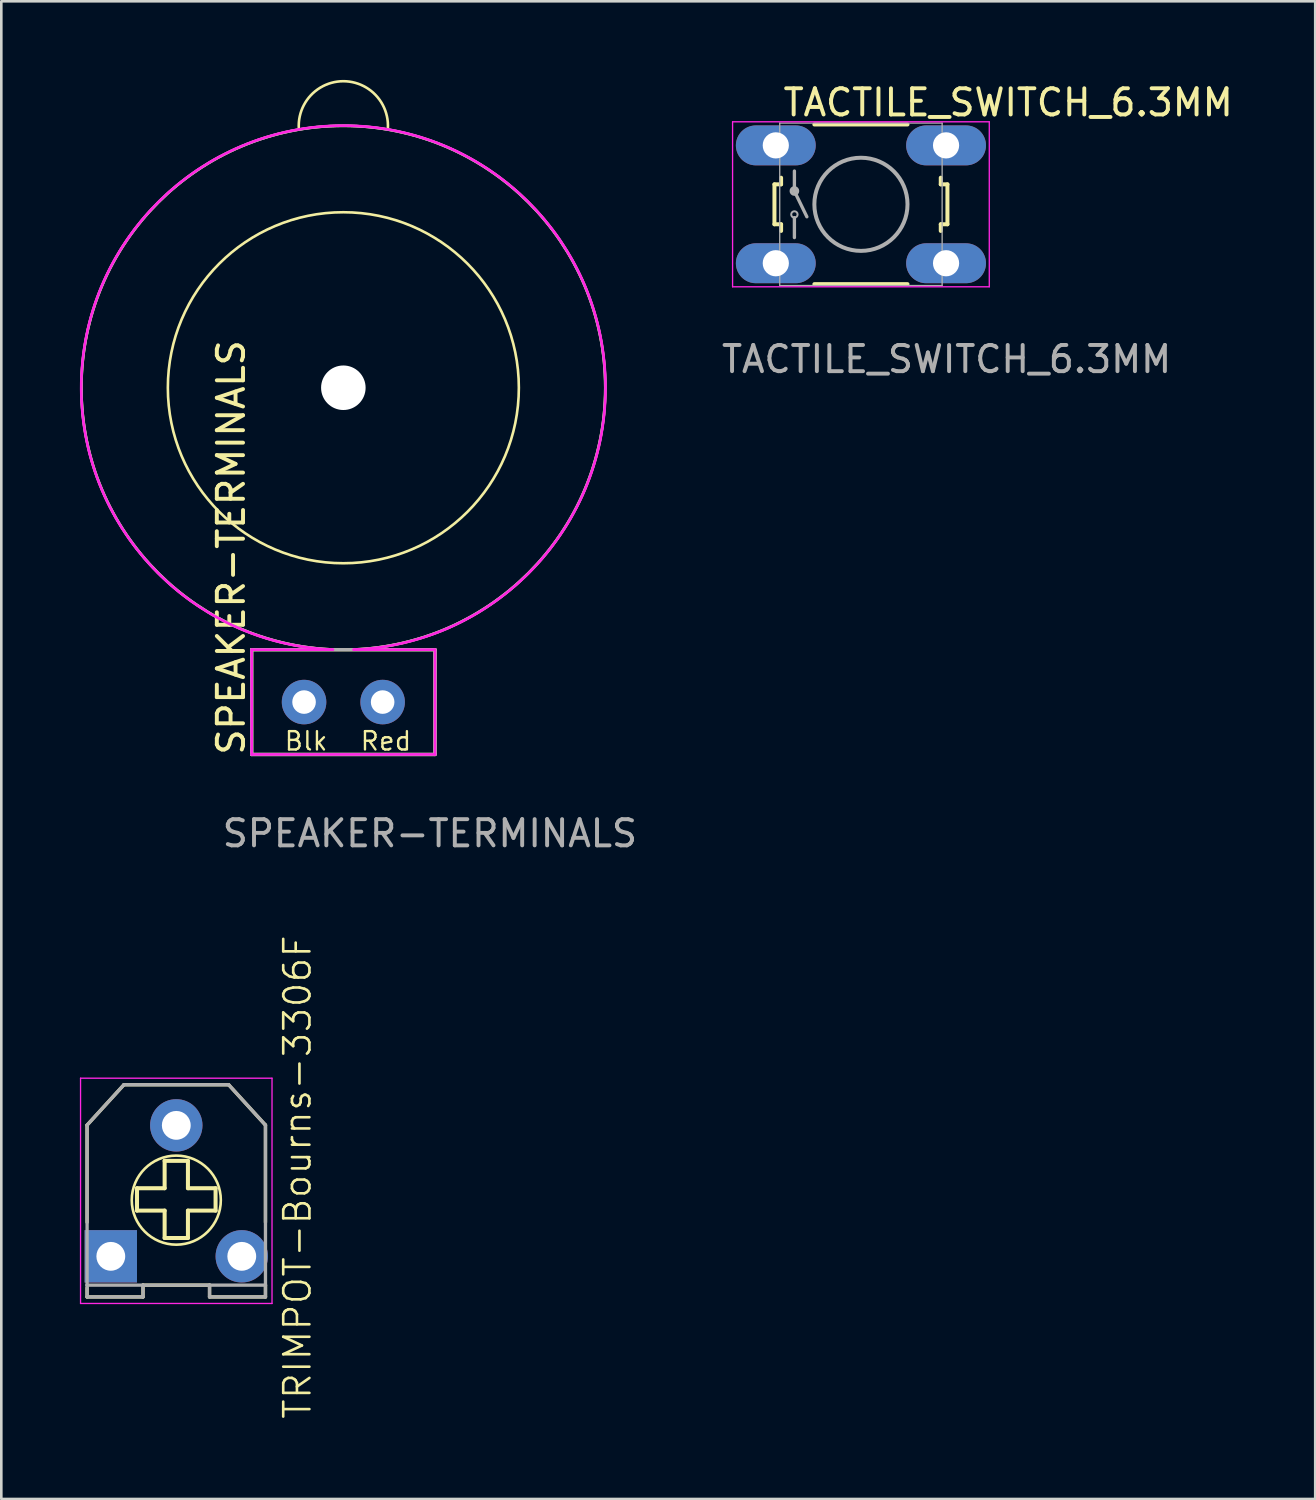
<source format=kicad_pcb>
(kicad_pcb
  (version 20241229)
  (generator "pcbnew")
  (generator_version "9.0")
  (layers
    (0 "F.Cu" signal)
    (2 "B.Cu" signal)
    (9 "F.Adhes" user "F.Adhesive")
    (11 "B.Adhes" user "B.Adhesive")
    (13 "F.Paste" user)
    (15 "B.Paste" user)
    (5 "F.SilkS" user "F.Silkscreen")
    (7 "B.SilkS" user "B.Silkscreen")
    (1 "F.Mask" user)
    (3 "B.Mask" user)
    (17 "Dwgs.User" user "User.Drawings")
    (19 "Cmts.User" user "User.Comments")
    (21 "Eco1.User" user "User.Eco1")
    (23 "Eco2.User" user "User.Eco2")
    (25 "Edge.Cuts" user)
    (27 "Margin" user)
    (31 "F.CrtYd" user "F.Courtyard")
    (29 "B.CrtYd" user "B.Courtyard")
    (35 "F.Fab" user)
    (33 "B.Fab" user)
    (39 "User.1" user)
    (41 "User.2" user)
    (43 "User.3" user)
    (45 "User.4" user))
  (footprint "SPEAKER-TERMINALS"
    (layer "F.Cu")
    (at 10.058 23.753)
    (property "Reference" "SPEAKER-TERMINALS" (at -3.7 2.1 90) (unlocked yes) (layer "F.SilkS") (effects (font (size 1 1) (thickness 0.15)) (justify left bottom)))
    (fp_line (start -3.5 -2) (end 3.5 -2) (stroke (width 0.127) (type solid)) (layer "F.SilkS"))
    (fp_line (start -3.5 2) (end -3.5 -2) (stroke (width 0.127) (type solid)) (layer "F.SilkS"))
    (fp_line (start 3.5 -2) (end 3.5 2) (stroke (width 0.127) (type solid)) (layer "F.SilkS"))
    (fp_line (start 3.5 2) (end -3.5 2) (stroke (width 0.127) (type solid)) (layer "F.SilkS"))
    (fp_arc (start -1.699999 -21.9) (mid -0.002774 -23.702935) (end 1.700316 -21.905538) (stroke (width 0.1) (type default)) (layer "F.SilkS"))
    (fp_circle (center 0 -12) (end -10 -12) (stroke (width 0.1) (type default)) (fill no) (layer "F.SilkS"))
    (fp_circle (center 0 -12) (end 6.7 -12) (stroke (width 0.1) (type default)) (fill no) (layer "F.SilkS"))
    (fp_line (start -3.5 -2) (end -0.4 -2) (stroke (width 0.1) (type default)) (layer "F.CrtYd"))
    (fp_line (start -3.5 2) (end -3.5 -2) (stroke (width 0.1) (type solid)) (layer "F.CrtYd"))
    (fp_line (start 3.5 -2) (end 0.396 -2) (stroke (width 0.1) (type default)) (layer "F.CrtYd"))
    (fp_line (start 3.5 -2) (end 3.5 2) (stroke (width 0.1) (type solid)) (layer "F.CrtYd"))
    (fp_line (start 3.5 2) (end -3.5 2) (stroke (width 0.1) (type solid)) (layer "F.CrtYd"))
    (fp_arc (start -0.4 -2.000001) (mid 0.001993 -22.007994) (end 0.396046 -1.999843) (stroke (width 0.1) (type default)) (layer "F.CrtYd"))
    (fp_line (start -3.5 -2) (end 3.5 -2) (stroke (width 0.127) (type solid)) (layer "F.Fab"))
    (fp_line (start -3.5 2) (end -3.5 -2) (stroke (width 0.127) (type solid)) (layer "F.Fab"))
    (fp_line (start 3.5 -2) (end 3.5 2) (stroke (width 0.127) (type solid)) (layer "F.Fab"))
    (fp_line (start 3.5 2) (end -3.5 2) (stroke (width 0.127) (type solid)) (layer "F.Fab"))
    (fp_circle (center 0 -12) (end 10 -12) (stroke (width 0.1) (type default)) (fill no) (layer "F.Fab"))
    (fp_text user "Red" (at 0.6 1.9 0) (unlocked yes) (layer "F.SilkS") (effects (font (size 0.7 0.7) (thickness 0.09)) (justify left bottom)))
    (fp_text user "Blk" (at -2.3 1.9 0) (unlocked yes) (layer "F.SilkS") (effects (font (size 0.7 0.7) (thickness 0.09)) (justify left bottom)))
    (fp_text user "${REFERENCE}" (at -4.7 5.6 0) (unlocked yes) (layer "F.Fab") (effects (font (size 1 1) (thickness 0.15)) (justify left bottom)))
    (pad "" np_thru_hole circle (at 0 -12) (size 1.7 1.7) (drill 13) (layers "*.Cu" "*.Mask"))
    (pad "+" thru_hole circle (at 1.5 0 270) (size 1.7 1.7) (drill 0.9) (layers "*.Cu" "*.Mask"))
    (pad "-" thru_hole circle (at -1.5 0 270) (size 1.7 1.7) (drill 0.9) (layers "*.Cu" "*.Mask")))
  (footprint "TACTILE_SWITCH_6.3MM"
    (layer "F.Cu")
    (at 29.818 4.75)
    (property "Reference" "TACTILE_SWITCH_6.3MM" (at -3.048 -3.3 0) (unlocked yes) (layer "F.SilkS") (effects (font (size 1 1) (thickness 0.15)) (justify left bottom)))
    (fp_line (start -3.302 -0.762) (end -3.302 0.762) (stroke (width 0.152) (type solid)) (layer "F.SilkS"))
    (fp_line (start -3.302 -0.762) (end -3.048 -0.762) (stroke (width 0.152) (type solid)) (layer "F.SilkS"))
    (fp_line (start -3.048 -0.762) (end -3.048 -1.016) (stroke (width 0.152) (type solid)) (layer "F.SilkS"))
    (fp_line (start -3.048 0.762) (end -3.302 0.762) (stroke (width 0.152) (type solid)) (layer "F.SilkS"))
    (fp_line (start -3.048 0.762) (end -3.048 1.016) (stroke (width 0.152) (type solid)) (layer "F.SilkS"))
    (fp_line (start -1.778 3.048) (end 1.778 3.048) (stroke (width 0.152) (type solid)) (layer "F.SilkS"))
    (fp_line (start 1.778 -3.048) (end -1.778 -3.048) (stroke (width 0.152) (type solid)) (layer "F.SilkS"))
    (fp_line (start 3.048 -0.762) (end 3.048 -1.016) (stroke (width 0.152) (type solid)) (layer "F.SilkS"))
    (fp_line (start 3.048 -0.762) (end 3.302 -0.762) (stroke (width 0.152) (type solid)) (layer "F.SilkS"))
    (fp_line (start 3.048 0.762) (end 3.048 1.016) (stroke (width 0.152) (type solid)) (layer "F.SilkS"))
    (fp_line (start 3.302 0.762) (end 3.048 0.762) (stroke (width 0.152) (type solid)) (layer "F.SilkS"))
    (fp_line (start 3.302 0.762) (end 3.302 -0.762) (stroke (width 0.152) (type solid)) (layer "F.SilkS"))
    (fp_line (start -4.9 -3.15) (end -4.9 3.15) (stroke (width 0.05) (type default)) (layer "F.CrtYd"))
    (fp_line (start -4.9 -3.15) (end 4.9 -3.15) (stroke (width 0.05) (type default)) (layer "F.CrtYd"))
    (fp_line (start -4.9 3.15) (end 4.9 3.15) (stroke (width 0.05) (type default)) (layer "F.CrtYd"))
    (fp_line (start 4.9 -3.15) (end 4.9 3.15) (stroke (width 0.05) (type default)) (layer "F.CrtYd"))
    (fp_line (start -3.1 -3.1) (end -3.1 3.1) (stroke (width 0.05) (type default)) (layer "F.Fab"))
    (fp_line (start -3.1 -3.1) (end 3.1 -3.1) (stroke (width 0.05) (type default)) (layer "F.Fab"))
    (fp_line (start -3.1 3.1) (end 3.1 3.1) (stroke (width 0.05) (type default)) (layer "F.Fab"))
    (fp_line (start -2.54 -1.27) (end -2.54 -0.508) (stroke (width 0.127) (type solid)) (layer "F.Fab"))
    (fp_line (start -2.54 -0.502) (end -2.064 0.476) (stroke (width 0.127) (type solid)) (layer "F.Fab"))
    (fp_line (start -2.54 0.508) (end -2.54 1.27) (stroke (width 0.127) (type solid)) (layer "F.Fab"))
    (fp_line (start 3.1 -3.1) (end 3.1 3.1) (stroke (width 0.05) (type default)) (layer "F.Fab"))
    (fp_circle (center -2.54 -0.508) (end -2.418 -0.508) (stroke (width 0.127) (type solid)) (fill no) (layer "F.Fab"))
    (fp_circle (center -2.54 0.387) (end -2.418 0.387) (stroke (width 0.076) (type solid)) (fill no) (layer "F.Fab"))
    (fp_circle (center 0 0) (end 1.778 0) (stroke (width 0.152) (type solid)) (fill no) (layer "F.Fab"))
    (fp_text user "${REFERENCE}" (at -5.4 6.5 0) (unlocked yes) (layer "F.Fab") (effects (font (size 1 1) (thickness 0.15)) (justify left bottom)))
    (pad "1" thru_hole oval (at -3.25 -2.25) (size 3.048 1.524) (drill 1) (layers "*.Cu" "*.Mask"))
    (pad "2" thru_hole oval (at 3.25 -2.25) (size 3.048 1.524) (drill 1) (layers "*.Cu" "*.Mask"))
    (pad "3" thru_hole oval (at -3.25 2.25) (size 3.048 1.524) (drill 1) (layers "*.Cu" "*.Mask"))
    (pad "4" thru_hole oval (at 3.25 2.25) (size 3.048 1.524) (drill 1) (layers "*.Cu" "*.Mask")))
  (footprint "TRIMPOT-Bourns-3306F"
    (layer "F.Cu")
    (at 3.68 42.413)
    (property "Reference" "TRIMPOT-Bourns-3306F" (at 4.625 -0.525 270) (layer "F.SilkS") (effects (font (size 1 1) (thickness 0.1))))
    (attr through_hole)
    (fp_line (start -3.405 -2.51) (end -3.405 1.2) (stroke (width 0.127) (type solid)) (layer "F.SilkS"))
    (fp_line (start -3.405 4.05) (end -3.405 3.7) (stroke (width 0.127) (type solid)) (layer "F.SilkS"))
    (fp_line (start -2 -4.05) (end -3.405 -2.51) (stroke (width 0.127) (type solid)) (layer "F.SilkS"))
    (fp_line (start -1.5 -0.1) (end -1.5 0.755) (stroke (width 0.154) (type default)) (layer "F.SilkS"))
    (fp_line (start -1.28 3.6) (end -1.27 3.6) (stroke (width 0.127) (type solid)) (layer "F.SilkS"))
    (fp_line (start -1.27 3.6) (end -1.27 4.05) (stroke (width 0.127) (type solid)) (layer "F.SilkS"))
    (fp_line (start -1.27 4.05) (end -3.405 4.05) (stroke (width 0.127) (type solid)) (layer "F.SilkS"))
    (fp_line (start -0.445 -1.145) (end -0.445 -0.1) (stroke (width 0.154) (type solid)) (layer "F.SilkS"))
    (fp_line (start -0.445 -1.145) (end 0.445 -1.145) (stroke (width 0.154) (type solid)) (layer "F.SilkS"))
    (fp_line (start -0.445 -0.1) (end -1.5 -0.1) (stroke (width 0.154) (type solid)) (layer "F.SilkS"))
    (fp_line (start -0.445 0.755) (end -1.5 0.755) (stroke (width 0.154) (type solid)) (layer "F.SilkS"))
    (fp_line (start -0.445 1.8) (end -0.445 0.755) (stroke (width 0.154) (type solid)) (layer "F.SilkS"))
    (fp_line (start 0.445 -1.145) (end 0.445 -0.1) (stroke (width 0.154) (type solid)) (layer "F.SilkS"))
    (fp_line (start 0.445 -0.1) (end 1.5 -0.1) (stroke (width 0.154) (type solid)) (layer "F.SilkS"))
    (fp_line (start 0.445 0.755) (end 1.5 0.755) (stroke (width 0.154) (type solid)) (layer "F.SilkS"))
    (fp_line (start 0.445 1.8) (end -0.445 1.8) (stroke (width 0.154) (type solid)) (layer "F.SilkS"))
    (fp_line (start 0.445 1.8) (end 0.445 0.755) (stroke (width 0.154) (type solid)) (layer "F.SilkS"))
    (fp_line (start 1.27 3.6) (end -1.27 3.6) (stroke (width 0.127) (type solid)) (layer "F.SilkS"))
    (fp_line (start 1.27 4.05) (end 1.27 3.6) (stroke (width 0.127) (type solid)) (layer "F.SilkS"))
    (fp_line (start 1.5 -0.1) (end 1.5 0.755) (stroke (width 0.154) (type default)) (layer "F.SilkS"))
    (fp_line (start 2 -4.05) (end -2 -4.05) (stroke (width 0.127) (type solid)) (layer "F.SilkS"))
    (fp_line (start 3.405 -2.51) (end 2 -4.05) (stroke (width 0.127) (type solid)) (layer "F.SilkS"))
    (fp_line (start 3.405 1.2) (end 3.405 -2.51) (stroke (width 0.127) (type solid)) (layer "F.SilkS"))
    (fp_line (start 3.405 3.6) (end 3.405 4.05) (stroke (width 0.127) (type solid)) (layer "F.SilkS"))
    (fp_line (start 3.405 4.05) (end 1.27 4.05) (stroke (width 0.127) (type solid)) (layer "F.SilkS"))
    (fp_circle (center 0 0.355) (end 1.7 0.355) (stroke (width 0.1) (type default)) (fill no) (layer "F.SilkS"))
    (fp_line (start -3.655 -4.3) (end 3.655 -4.3) (stroke (width 0.05) (type solid)) (layer "F.CrtYd"))
    (fp_line (start -3.655 4.3) (end -3.655 -4.3) (stroke (width 0.05) (type solid)) (layer "F.CrtYd"))
    (fp_line (start 3.655 -4.3) (end 3.655 4.3) (stroke (width 0.05) (type solid)) (layer "F.CrtYd"))
    (fp_line (start 3.655 4.3) (end -3.655 4.3) (stroke (width 0.05) (type solid)) (layer "F.CrtYd"))
    (fp_line (start -3.405 -2.51) (end -3.405 3.6) (stroke (width 0.127) (type solid)) (layer "F.Fab"))
    (fp_line (start -3.405 3.6) (end -1.27 3.6) (stroke (width 0.127) (type solid)) (layer "F.Fab"))
    (fp_line (start -3.405 4.05) (end -3.405 3.6) (stroke (width 0.127) (type solid)) (layer "F.Fab"))
    (fp_line (start -2 -4.05) (end -3.405 -2.51) (stroke (width 0.127) (type solid)) (layer "F.Fab"))
    (fp_line (start -1.27 3.6) (end -1.27 4.05) (stroke (width 0.127) (type solid)) (layer "F.Fab"))
    (fp_line (start -1.27 3.6) (end 1.27 3.6) (stroke (width 0.127) (type solid)) (layer "F.Fab"))
    (fp_line (start -1.27 4.05) (end -3.405 4.05) (stroke (width 0.127) (type solid)) (layer "F.Fab"))
    (fp_line (start 1.27 3.6) (end 3.405 3.6) (stroke (width 0.127) (type solid)) (layer "F.Fab"))
    (fp_line (start 1.27 4.05) (end 1.27 3.6) (stroke (width 0.127) (type solid)) (layer "F.Fab"))
    (fp_line (start 2 -4.05) (end -2 -4.05) (stroke (width 0.127) (type solid)) (layer "F.Fab"))
    (fp_line (start 3.405 -2.51) (end 2 -4.05) (stroke (width 0.127) (type solid)) (layer "F.Fab"))
    (fp_line (start 3.405 3.6) (end 3.405 -2.51) (stroke (width 0.127) (type solid)) (layer "F.Fab"))
    (fp_line (start 3.405 3.6) (end 3.405 4.05) (stroke (width 0.127) (type solid)) (layer "F.Fab"))
    (fp_line (start 3.405 4.05) (end 1.27 4.05) (stroke (width 0.127) (type solid)) (layer "F.Fab"))
    (pad "1" thru_hole rect (at -2.5 2.5 270) (size 2 2) (drill 1.1) (layers "*.Cu" "*.Mask"))
    (pad "2" thru_hole circle (at 0 -2.5 270) (size 2 2) (drill 1.1) (layers "*.Cu" "*.Mask"))
    (pad "3" thru_hole circle (at 2.5 2.5 270) (size 2 2) (drill 1.1) (layers "*.Cu" "*.Mask")))
  (gr_rect
    (start -3 -3)
    (end 47.162 54.176)
    (stroke (width 0.1) (type default))
    (fill no)
    (layer "Edge.Cuts")))
</source>
